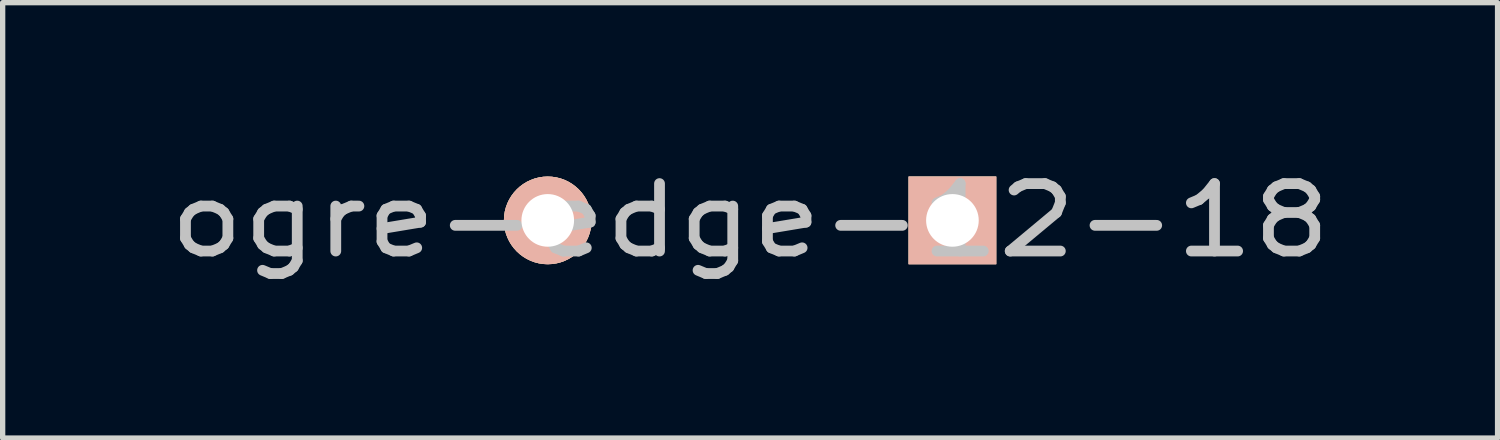
<source format=kicad_pcb>
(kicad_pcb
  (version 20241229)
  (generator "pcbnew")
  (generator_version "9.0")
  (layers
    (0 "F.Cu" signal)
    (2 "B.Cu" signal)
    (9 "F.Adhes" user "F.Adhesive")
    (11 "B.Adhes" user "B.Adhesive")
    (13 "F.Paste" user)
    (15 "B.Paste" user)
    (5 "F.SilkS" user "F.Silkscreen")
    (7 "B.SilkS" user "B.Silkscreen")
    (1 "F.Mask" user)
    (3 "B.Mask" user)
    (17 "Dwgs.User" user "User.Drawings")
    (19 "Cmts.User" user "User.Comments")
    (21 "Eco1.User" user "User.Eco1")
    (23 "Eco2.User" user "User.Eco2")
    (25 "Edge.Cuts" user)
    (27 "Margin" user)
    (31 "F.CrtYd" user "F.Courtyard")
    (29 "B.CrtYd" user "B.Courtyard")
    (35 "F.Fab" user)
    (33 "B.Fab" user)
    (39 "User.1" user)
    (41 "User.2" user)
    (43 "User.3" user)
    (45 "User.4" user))
  (footprint "ogre-edge-12-18"
    (layer "F.Cu")
    (at 11.074 1.1)
    (property "Reference" "ogre-edge-12-18" (at 0 0 0) (layer "Dwgs.User") (effects (font (size 1.27 1.524) (thickness 0.203))))
    (attr through_hole)
    (pad "1" thru_hole rect (at 3.81 0) (size 1.651 1.651) (drill 0.991) (layers "*.Cu" "*.SilkS" "*.Mask"))
    (pad "2" thru_hole circle (at -3.81 0) (size 1.651 1.651) (drill 0.991) (layers "*.Cu" "*.SilkS" "*.Mask")))
  (gr_rect
    (start -3 -3)
    (end 25.149 5.199)
    (stroke (width 0.1) (type default))
    (fill no)
    (layer "Edge.Cuts")))
</source>
